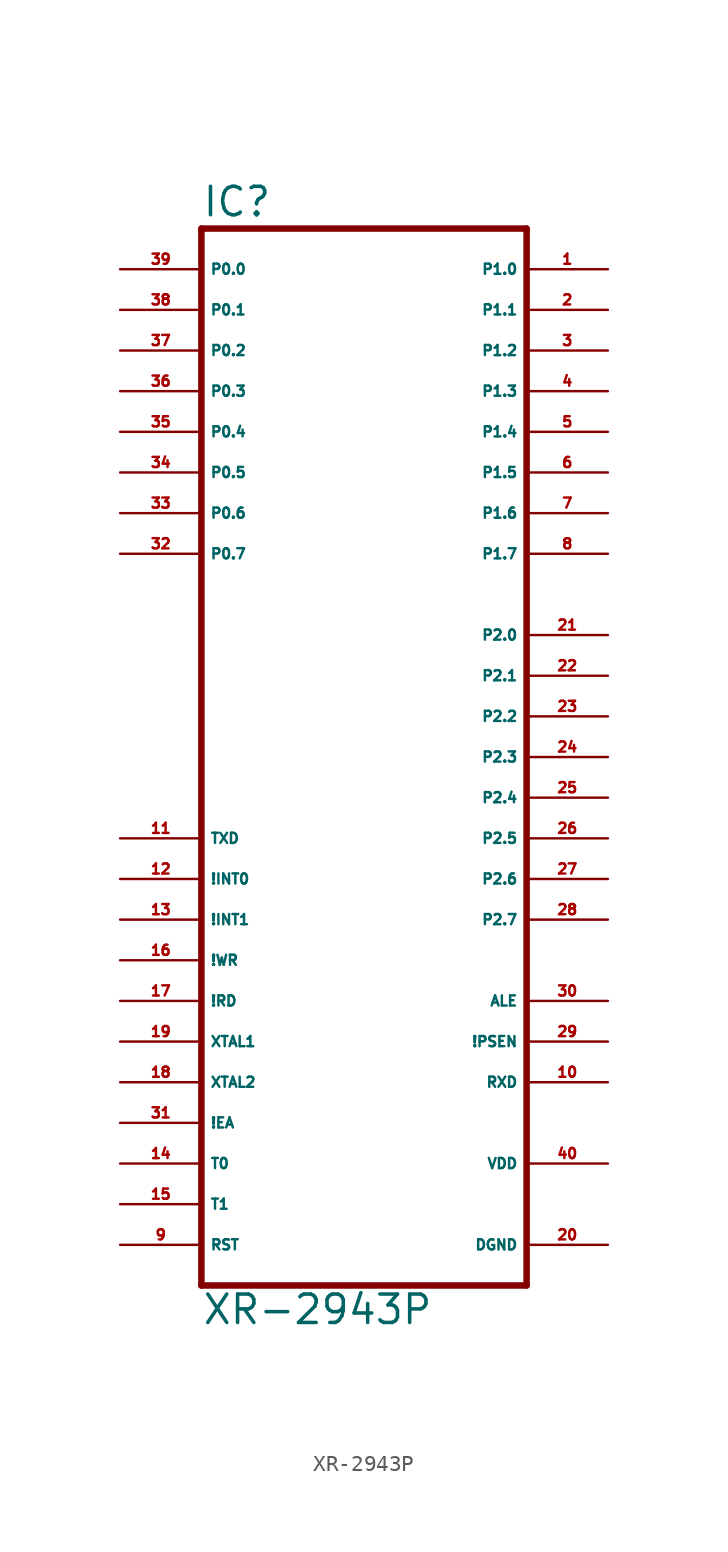
<source format=kicad_sym>
(kicad_symbol_lib
  (version 20220914)
  (generator Eagle2Kicad)
  (symbol "XR-2943P"
    (property "Reference" "IC"
      (at -10.16 31.115 0)
      (effects (font (size 1.778 1.778) (thickness 0.22)) (justify left bottom)))
    (property "Value" "XR-2943P"
      (at -10.16 -38.1 0)
      (effects (font (size 1.778 1.778) (thickness 0.22)) (justify left bottom)))
    (polyline
      (pts (xy -10.16 30.48) (xy 10.16 30.48))
      (stroke (width 0.406) (type default))
      (fill (type none)))
    (polyline
      (pts (xy 10.16 30.48) (xy 10.16 -35.56))
      (stroke (width 0.406) (type default))
      (fill (type none)))
    (polyline
      (pts (xy 10.16 -35.56) (xy -10.16 -35.56))
      (stroke (width 0.406) (type default))
      (fill (type none)))
    (polyline
      (pts (xy -10.16 -35.56) (xy -10.16 30.48))
      (stroke (width 0.406) (type default))
      (fill (type none)))
    (pin bidirectional line
      (at -15.24 27.94 0)
      (length 5.08)
      (name "P0.0" (effects (font (size 0.635 0.635) (thickness 0.08)) (justify left bottom)))
      (number "39" (effects (font (size 0.635 0.635) (thickness 0.08)) (justify left bottom))))
    (pin bidirectional line
      (at -15.24 25.4 0)
      (length 5.08)
      (name "P0.1" (effects (font (size 0.635 0.635) (thickness 0.08)) (justify left bottom)))
      (number "38" (effects (font (size 0.635 0.635) (thickness 0.08)) (justify left bottom))))
    (pin bidirectional line
      (at -15.24 22.86 0)
      (length 5.08)
      (name "P0.2" (effects (font (size 0.635 0.635) (thickness 0.08)) (justify left bottom)))
      (number "37" (effects (font (size 0.635 0.635) (thickness 0.08)) (justify left bottom))))
    (pin bidirectional line
      (at -15.24 20.32 0)
      (length 5.08)
      (name "P0.3" (effects (font (size 0.635 0.635) (thickness 0.08)) (justify left bottom)))
      (number "36" (effects (font (size 0.635 0.635) (thickness 0.08)) (justify left bottom))))
    (pin bidirectional line
      (at -15.24 17.78 0)
      (length 5.08)
      (name "P0.4" (effects (font (size 0.635 0.635) (thickness 0.08)) (justify left bottom)))
      (number "35" (effects (font (size 0.635 0.635) (thickness 0.08)) (justify left bottom))))
    (pin bidirectional line
      (at -15.24 15.24 0)
      (length 5.08)
      (name "P0.5" (effects (font (size 0.635 0.635) (thickness 0.08)) (justify left bottom)))
      (number "34" (effects (font (size 0.635 0.635) (thickness 0.08)) (justify left bottom))))
    (pin bidirectional line
      (at -15.24 12.7 0)
      (length 5.08)
      (name "P0.6" (effects (font (size 0.635 0.635) (thickness 0.08)) (justify left bottom)))
      (number "33" (effects (font (size 0.635 0.635) (thickness 0.08)) (justify left bottom))))
    (pin bidirectional line
      (at -15.24 10.16 0)
      (length 5.08)
      (name "P0.7" (effects (font (size 0.635 0.635) (thickness 0.08)) (justify left bottom)))
      (number "32" (effects (font (size 0.635 0.635) (thickness 0.08)) (justify left bottom))))
    (pin bidirectional line
      (at 15.24 25.4 180)
      (length 5.08)
      (name "P1.1" (effects (font (size 0.635 0.635) (thickness 0.08)) (justify left bottom)))
      (number "2" (effects (font (size 0.635 0.635) (thickness 0.08)) (justify left bottom))))
    (pin bidirectional line
      (at 15.24 22.86 180)
      (length 5.08)
      (name "P1.2" (effects (font (size 0.635 0.635) (thickness 0.08)) (justify left bottom)))
      (number "3" (effects (font (size 0.635 0.635) (thickness 0.08)) (justify left bottom))))
    (pin bidirectional line
      (at 15.24 20.32 180)
      (length 5.08)
      (name "P1.3" (effects (font (size 0.635 0.635) (thickness 0.08)) (justify left bottom)))
      (number "4" (effects (font (size 0.635 0.635) (thickness 0.08)) (justify left bottom))))
    (pin bidirectional line
      (at 15.24 17.78 180)
      (length 5.08)
      (name "P1.4" (effects (font (size 0.635 0.635) (thickness 0.08)) (justify left bottom)))
      (number "5" (effects (font (size 0.635 0.635) (thickness 0.08)) (justify left bottom))))
    (pin bidirectional line
      (at 15.24 15.24 180)
      (length 5.08)
      (name "P1.5" (effects (font (size 0.635 0.635) (thickness 0.08)) (justify left bottom)))
      (number "6" (effects (font (size 0.635 0.635) (thickness 0.08)) (justify left bottom))))
    (pin bidirectional line
      (at 15.24 12.7 180)
      (length 5.08)
      (name "P1.6" (effects (font (size 0.635 0.635) (thickness 0.08)) (justify left bottom)))
      (number "7" (effects (font (size 0.635 0.635) (thickness 0.08)) (justify left bottom))))
    (pin bidirectional line
      (at 15.24 10.16 180)
      (length 5.08)
      (name "P1.7" (effects (font (size 0.635 0.635) (thickness 0.08)) (justify left bottom)))
      (number "8" (effects (font (size 0.635 0.635) (thickness 0.08)) (justify left bottom))))
    (pin bidirectional line
      (at 15.24 27.94 180)
      (length 5.08)
      (name "P1.0" (effects (font (size 0.635 0.635) (thickness 0.08)) (justify left bottom)))
      (number "1" (effects (font (size 0.635 0.635) (thickness 0.08)) (justify left bottom))))
    (pin input line
      (at -15.24 -7.62 0)
      (length 5.08)
      (name "TXD" (effects (font (size 0.635 0.635) (thickness 0.08)) (justify left bottom)))
      (number "11" (effects (font (size 0.635 0.635) (thickness 0.08)) (justify left bottom))))
    (pin input line
      (at -15.24 -10.16 0)
      (length 5.08)
      (name "!INT0" (effects (font (size 0.635 0.635) (thickness 0.08)) (justify left bottom)))
      (number "12" (effects (font (size 0.635 0.635) (thickness 0.08)) (justify left bottom))))
    (pin input line
      (at -15.24 -12.7 0)
      (length 5.08)
      (name "!INT1" (effects (font (size 0.635 0.635) (thickness 0.08)) (justify left bottom)))
      (number "13" (effects (font (size 0.635 0.635) (thickness 0.08)) (justify left bottom))))
    (pin input line
      (at -15.24 -15.24 0)
      (length 5.08)
      (name "!WR" (effects (font (size 0.635 0.635) (thickness 0.08)) (justify left bottom)))
      (number "16" (effects (font (size 0.635 0.635) (thickness 0.08)) (justify left bottom))))
    (pin input line
      (at -15.24 -17.78 0)
      (length 5.08)
      (name "!RD" (effects (font (size 0.635 0.635) (thickness 0.08)) (justify left bottom)))
      (number "17" (effects (font (size 0.635 0.635) (thickness 0.08)) (justify left bottom))))
    (pin input line
      (at -15.24 -20.32 0)
      (length 5.08)
      (name "XTAL1" (effects (font (size 0.635 0.635) (thickness 0.08)) (justify left bottom)))
      (number "19" (effects (font (size 0.635 0.635) (thickness 0.08)) (justify left bottom))))
    (pin input line
      (at -15.24 -22.86 0)
      (length 5.08)
      (name "XTAL2" (effects (font (size 0.635 0.635) (thickness 0.08)) (justify left bottom)))
      (number "18" (effects (font (size 0.635 0.635) (thickness 0.08)) (justify left bottom))))
    (pin output line
      (at 15.24 -20.32 180)
      (length 5.08)
      (name "!PSEN" (effects (font (size 0.635 0.635) (thickness 0.08)) (justify left bottom)))
      (number "29" (effects (font (size 0.635 0.635) (thickness 0.08)) (justify left bottom))))
    (pin output line
      (at 15.24 -17.78 180)
      (length 5.08)
      (name "ALE" (effects (font (size 0.635 0.635) (thickness 0.08)) (justify left bottom)))
      (number "30" (effects (font (size 0.635 0.635) (thickness 0.08)) (justify left bottom))))
    (pin input line
      (at -15.24 -25.4 0)
      (length 5.08)
      (name "!EA" (effects (font (size 0.635 0.635) (thickness 0.08)) (justify left bottom)))
      (number "31" (effects (font (size 0.635 0.635) (thickness 0.08)) (justify left bottom))))
    (pin bidirectional line
      (at 15.24 5.08 180)
      (length 5.08)
      (name "P2.0" (effects (font (size 0.635 0.635) (thickness 0.08)) (justify left bottom)))
      (number "21" (effects (font (size 0.635 0.635) (thickness 0.08)) (justify left bottom))))
    (pin bidirectional line
      (at 15.24 2.54 180)
      (length 5.08)
      (name "P2.1" (effects (font (size 0.635 0.635) (thickness 0.08)) (justify left bottom)))
      (number "22" (effects (font (size 0.635 0.635) (thickness 0.08)) (justify left bottom))))
    (pin bidirectional line
      (at 15.24 0 180)
      (length 5.08)
      (name "P2.2" (effects (font (size 0.635 0.635) (thickness 0.08)) (justify left bottom)))
      (number "23" (effects (font (size 0.635 0.635) (thickness 0.08)) (justify left bottom))))
    (pin bidirectional line
      (at 15.24 -2.54 180)
      (length 5.08)
      (name "P2.3" (effects (font (size 0.635 0.635) (thickness 0.08)) (justify left bottom)))
      (number "24" (effects (font (size 0.635 0.635) (thickness 0.08)) (justify left bottom))))
    (pin bidirectional line
      (at 15.24 -5.08 180)
      (length 5.08)
      (name "P2.4" (effects (font (size 0.635 0.635) (thickness 0.08)) (justify left bottom)))
      (number "25" (effects (font (size 0.635 0.635) (thickness 0.08)) (justify left bottom))))
    (pin bidirectional line
      (at 15.24 -7.62 180)
      (length 5.08)
      (name "P2.5" (effects (font (size 0.635 0.635) (thickness 0.08)) (justify left bottom)))
      (number "26" (effects (font (size 0.635 0.635) (thickness 0.08)) (justify left bottom))))
    (pin bidirectional line
      (at 15.24 -10.16 180)
      (length 5.08)
      (name "P2.6" (effects (font (size 0.635 0.635) (thickness 0.08)) (justify left bottom)))
      (number "27" (effects (font (size 0.635 0.635) (thickness 0.08)) (justify left bottom))))
    (pin bidirectional line
      (at 15.24 -12.7 180)
      (length 5.08)
      (name "P2.7" (effects (font (size 0.635 0.635) (thickness 0.08)) (justify left bottom)))
      (number "28" (effects (font (size 0.635 0.635) (thickness 0.08)) (justify left bottom))))
    (pin input line
      (at -15.24 -27.94 0)
      (length 5.08)
      (name "T0" (effects (font (size 0.635 0.635) (thickness 0.08)) (justify left bottom)))
      (number "14" (effects (font (size 0.635 0.635) (thickness 0.08)) (justify left bottom))))
    (pin input line
      (at -15.24 -30.48 0)
      (length 5.08)
      (name "T1" (effects (font (size 0.635 0.635) (thickness 0.08)) (justify left bottom)))
      (number "15" (effects (font (size 0.635 0.635) (thickness 0.08)) (justify left bottom))))
    (pin unspecified line
      (at 15.24 -27.94 180)
      (length 5.08)
      (name "VDD" (effects (font (size 0.635 0.635) (thickness 0.08)) (justify left bottom)))
      (number "40" (effects (font (size 0.635 0.635) (thickness 0.08)) (justify left bottom))))
    (pin unspecified line
      (at 15.24 -33.02 180)
      (length 5.08)
      (name "DGND" (effects (font (size 0.635 0.635) (thickness 0.08)) (justify left bottom)))
      (number "20" (effects (font (size 0.635 0.635) (thickness 0.08)) (justify left bottom))))
    (pin input line
      (at -15.24 -33.02 0)
      (length 5.08)
      (name "RST" (effects (font (size 0.635 0.635) (thickness 0.08)) (justify left bottom)))
      (number "9" (effects (font (size 0.635 0.635) (thickness 0.08)) (justify left bottom))))
    (pin output line
      (at 15.24 -22.86 180)
      (length 5.08)
      (name "RXD" (effects (font (size 0.635 0.635) (thickness 0.08)) (justify left bottom)))
      (number "10" (effects (font (size 0.635 0.635) (thickness 0.08)) (justify left bottom))))))
</source>
